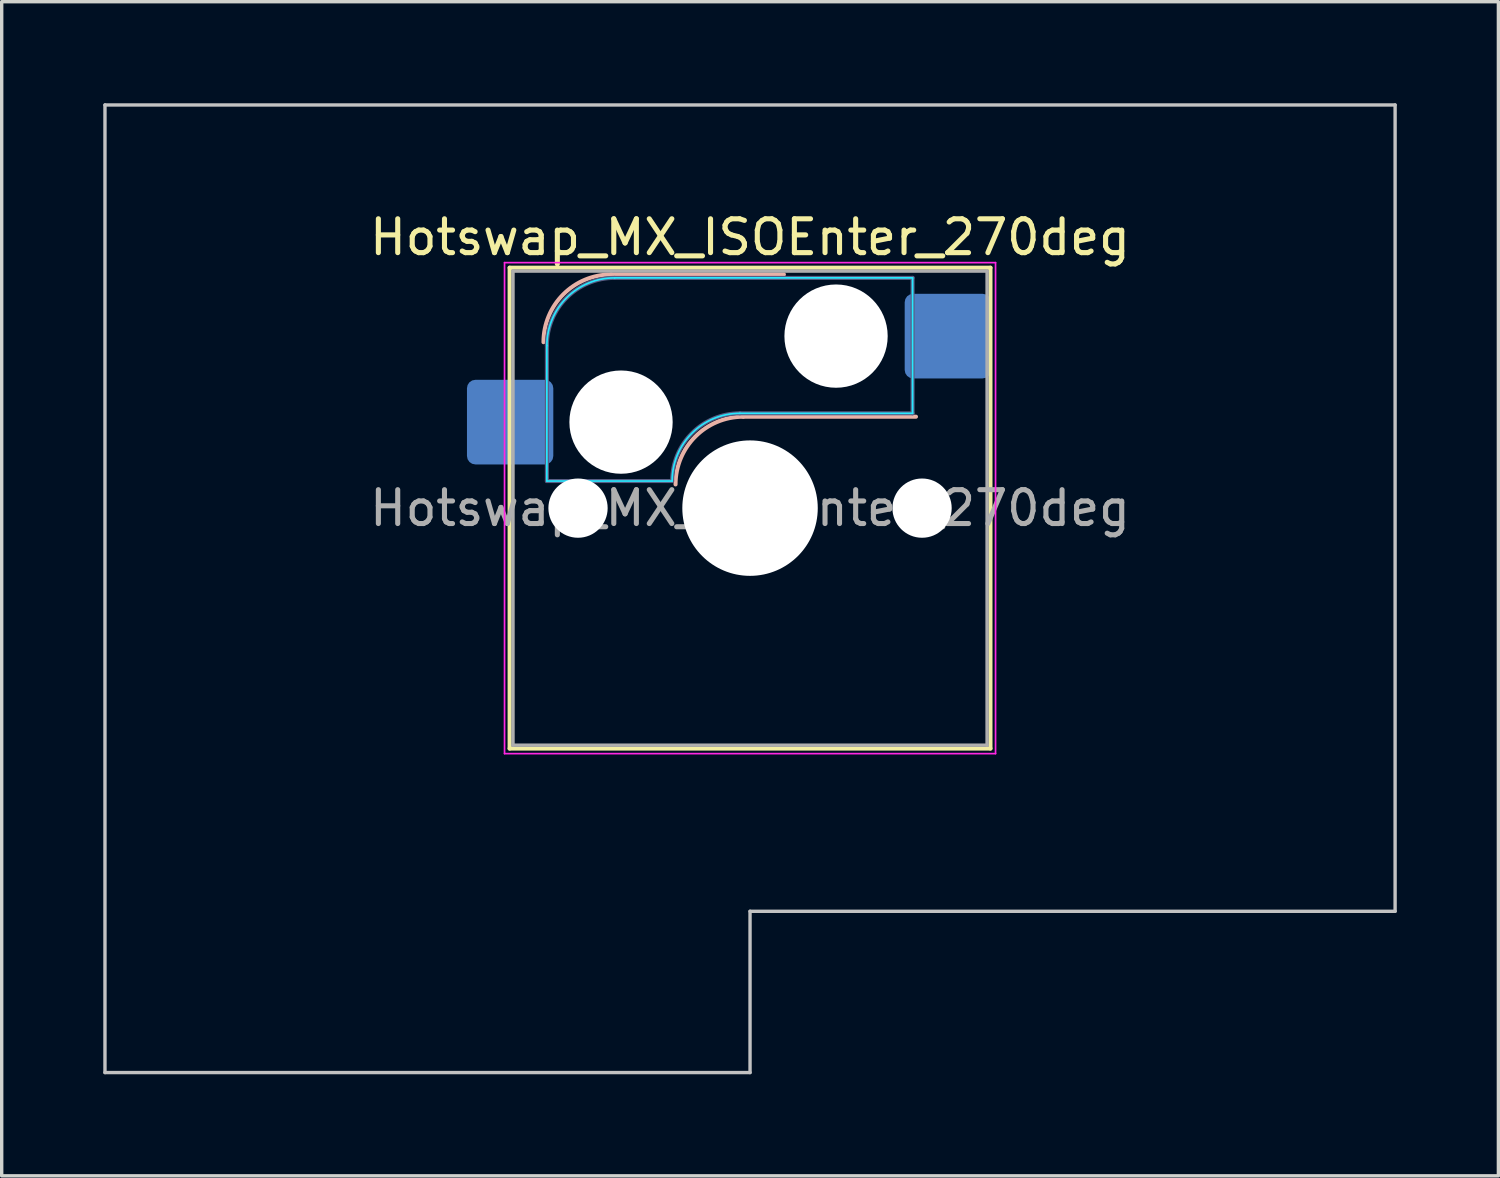
<source format=kicad_pcb>
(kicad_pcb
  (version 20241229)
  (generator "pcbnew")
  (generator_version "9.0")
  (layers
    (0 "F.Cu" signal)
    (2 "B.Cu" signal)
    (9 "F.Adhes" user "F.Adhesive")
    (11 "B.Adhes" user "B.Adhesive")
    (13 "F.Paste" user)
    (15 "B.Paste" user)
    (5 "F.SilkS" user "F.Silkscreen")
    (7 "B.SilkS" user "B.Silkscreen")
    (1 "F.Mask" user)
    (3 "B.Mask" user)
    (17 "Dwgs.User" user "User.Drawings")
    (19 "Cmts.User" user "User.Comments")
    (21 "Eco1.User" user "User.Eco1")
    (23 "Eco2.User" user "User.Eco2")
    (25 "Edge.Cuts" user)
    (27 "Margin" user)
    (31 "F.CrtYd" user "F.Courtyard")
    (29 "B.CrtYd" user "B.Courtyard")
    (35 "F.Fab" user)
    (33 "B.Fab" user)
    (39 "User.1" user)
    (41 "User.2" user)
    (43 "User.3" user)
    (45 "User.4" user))
  (footprint "Hotswap_MX_ISOEnter_270deg"
    (layer "F.Cu")
    (at 19.1 11.956)
    (property "Reference" "Hotswap_MX_ISOEnter_270deg" (at 0 -8 0) (layer "F.SilkS") (effects (font (size 1 1) (thickness 0.15))))
    (attr smd)
    (fp_line (start -7.1 -7.1) (end -7.1 7.1) (stroke (width 0.12) (type solid)) (layer "F.SilkS"))
    (fp_line (start -7.1 7.1) (end 7.1 7.1) (stroke (width 0.12) (type solid)) (layer "F.SilkS"))
    (fp_line (start 7.1 -7.1) (end -7.1 -7.1) (stroke (width 0.12) (type solid)) (layer "F.SilkS"))
    (fp_line (start 7.1 7.1) (end 7.1 -7.1) (stroke (width 0.12) (type solid)) (layer "F.SilkS"))
    (fp_line (start -4.1 -6.9) (end 1 -6.9) (stroke (width 0.12) (type solid)) (layer "B.SilkS"))
    (fp_line (start -0.2 -2.7) (end 4.9 -2.7) (stroke (width 0.12) (type solid)) (layer "B.SilkS"))
    (fp_arc (start -6.1 -4.9) (mid -5.514214 -6.314214) (end -4.1 -6.9) (stroke (width 0.12) (type solid)) (layer "B.SilkS"))
    (fp_arc (start -2.2 -0.7) (mid -1.614214 -2.114214) (end -0.2 -2.7) (stroke (width 0.12) (type solid)) (layer "B.SilkS"))
    (fp_line (start -19.05 -11.906) (end -19.05 16.669) (stroke (width 0.1) (type solid)) (layer "Dwgs.User"))
    (fp_line (start -19.05 16.669) (end 0 16.669) (stroke (width 0.1) (type solid)) (layer "Dwgs.User"))
    (fp_line (start 0 11.906) (end 19.05 11.906) (stroke (width 0.1) (type solid)) (layer "Dwgs.User"))
    (fp_line (start 0 16.669) (end 0 11.906) (stroke (width 0.1) (type solid)) (layer "Dwgs.User"))
    (fp_line (start 19.05 -11.906) (end -19.05 -11.906) (stroke (width 0.1) (type solid)) (layer "Dwgs.User"))
    (fp_line (start 19.05 11.906) (end 19.05 -11.906) (stroke (width 0.1) (type solid)) (layer "Dwgs.User"))
    (fp_line (start -7.8 -6) (end -7 -6) (stroke (width 0.1) (type solid)) (layer "Eco1.User"))
    (fp_line (start -7.8 -2.9) (end -7.8 -6) (stroke (width 0.1) (type solid)) (layer "Eco1.User"))
    (fp_line (start -7.8 2.9) (end -7 2.9) (stroke (width 0.1) (type solid)) (layer "Eco1.User"))
    (fp_line (start -7.8 6) (end -7.8 2.9) (stroke (width 0.1) (type solid)) (layer "Eco1.User"))
    (fp_line (start -7 -7) (end 7 -7) (stroke (width 0.1) (type solid)) (layer "Eco1.User"))
    (fp_line (start -7 -6) (end -7 -7) (stroke (width 0.1) (type solid)) (layer "Eco1.User"))
    (fp_line (start -7 -2.9) (end -7.8 -2.9) (stroke (width 0.1) (type solid)) (layer "Eco1.User"))
    (fp_line (start -7 2.9) (end -7 -2.9) (stroke (width 0.1) (type solid)) (layer "Eco1.User"))
    (fp_line (start -7 6) (end -7.8 6) (stroke (width 0.1) (type solid)) (layer "Eco1.User"))
    (fp_line (start -7 7) (end -7 6) (stroke (width 0.1) (type solid)) (layer "Eco1.User"))
    (fp_line (start 7 -7) (end 7 -6) (stroke (width 0.1) (type solid)) (layer "Eco1.User"))
    (fp_line (start 7 -6) (end 7.8 -6) (stroke (width 0.1) (type solid)) (layer "Eco1.User"))
    (fp_line (start 7 -2.9) (end 7 2.9) (stroke (width 0.1) (type solid)) (layer "Eco1.User"))
    (fp_line (start 7 2.9) (end 7.8 2.9) (stroke (width 0.1) (type solid)) (layer "Eco1.User"))
    (fp_line (start 7 6) (end 7 7) (stroke (width 0.1) (type solid)) (layer "Eco1.User"))
    (fp_line (start 7 7) (end -7 7) (stroke (width 0.1) (type solid)) (layer "Eco1.User"))
    (fp_line (start 7.8 -6) (end 7.8 -2.9) (stroke (width 0.1) (type solid)) (layer "Eco1.User"))
    (fp_line (start 7.8 -2.9) (end 7 -2.9) (stroke (width 0.1) (type solid)) (layer "Eco1.User"))
    (fp_line (start 7.8 2.9) (end 7.8 6) (stroke (width 0.1) (type solid)) (layer "Eco1.User"))
    (fp_line (start 7.8 6) (end 7 6) (stroke (width 0.1) (type solid)) (layer "Eco1.User"))
    (fp_line (start -6 -0.8) (end -6 -4.8) (stroke (width 0.05) (type solid)) (layer "B.CrtYd"))
    (fp_line (start -6 -0.8) (end -2.3 -0.8) (stroke (width 0.05) (type solid)) (layer "B.CrtYd"))
    (fp_line (start -4 -6.8) (end 4.8 -6.8) (stroke (width 0.05) (type solid)) (layer "B.CrtYd"))
    (fp_line (start -0.3 -2.8) (end 4.8 -2.8) (stroke (width 0.05) (type solid)) (layer "B.CrtYd"))
    (fp_line (start 4.8 -6.8) (end 4.8 -2.8) (stroke (width 0.05) (type solid)) (layer "B.CrtYd"))
    (fp_arc (start -6 -4.8) (mid -5.414214 -6.214214) (end -4 -6.8) (stroke (width 0.05) (type solid)) (layer "B.CrtYd"))
    (fp_arc (start -2.3 -0.8) (mid -1.714214 -2.214214) (end -0.3 -2.8) (stroke (width 0.05) (type solid)) (layer "B.CrtYd"))
    (fp_line (start -7.25 -7.25) (end -7.25 7.25) (stroke (width 0.05) (type solid)) (layer "F.CrtYd"))
    (fp_line (start -7.25 7.25) (end 7.25 7.25) (stroke (width 0.05) (type solid)) (layer "F.CrtYd"))
    (fp_line (start 7.25 -7.25) (end -7.25 -7.25) (stroke (width 0.05) (type solid)) (layer "F.CrtYd"))
    (fp_line (start 7.25 7.25) (end 7.25 -7.25) (stroke (width 0.05) (type solid)) (layer "F.CrtYd"))
    (fp_line (start -6 -0.8) (end -6 -4.8) (stroke (width 0.12) (type solid)) (layer "B.Fab"))
    (fp_line (start -6 -0.8) (end -2.3 -0.8) (stroke (width 0.12) (type solid)) (layer "B.Fab"))
    (fp_line (start -4 -6.8) (end 4.8 -6.8) (stroke (width 0.12) (type solid)) (layer "B.Fab"))
    (fp_line (start -0.3 -2.8) (end 4.8 -2.8) (stroke (width 0.12) (type solid)) (layer "B.Fab"))
    (fp_line (start 4.8 -6.8) (end 4.8 -2.8) (stroke (width 0.12) (type solid)) (layer "B.Fab"))
    (fp_arc (start -6 -4.8) (mid -5.414214 -6.214214) (end -4 -6.8) (stroke (width 0.12) (type solid)) (layer "B.Fab"))
    (fp_arc (start -2.3 -0.8) (mid -1.714214 -2.214214) (end -0.3 -2.8) (stroke (width 0.12) (type solid)) (layer "B.Fab"))
    (fp_line (start -7 -7) (end -7 7) (stroke (width 0.1) (type solid)) (layer "F.Fab"))
    (fp_line (start -7 7) (end 7 7) (stroke (width 0.1) (type solid)) (layer "F.Fab"))
    (fp_line (start 7 -7) (end -7 -7) (stroke (width 0.1) (type solid)) (layer "F.Fab"))
    (fp_line (start 7 7) (end 7 -7) (stroke (width 0.1) (type solid)) (layer "F.Fab"))
    (fp_text user "${REFERENCE}" (at 0 0 0) (layer "F.Fab") (effects (font (size 1 1) (thickness 0.15))))
    (pad "" np_thru_hole circle (at -5.08 0) (size 1.75 1.75) (drill 1.75) (layers "*.Cu" "*.Mask"))
    (pad "" np_thru_hole circle (at -3.81 -2.54) (size 3.05 3.05) (drill 3.05) (layers "*.Cu" "*.Mask"))
    (pad "" np_thru_hole circle (at 0 0) (size 4 4) (drill 4) (layers "*.Cu" "*.Mask"))
    (pad "" np_thru_hole circle (at 2.54 -5.08) (size 3.05 3.05) (drill 3.05) (layers "*.Cu" "*.Mask"))
    (pad "" np_thru_hole circle (at 5.08 0) (size 1.75 1.75) (drill 1.75) (layers "*.Cu" "*.Mask"))
    (pad "1" smd roundrect (at -7.085 -2.54) (size 2.55 2.5) (layers "B.Cu" "B.Mask" "B.Paste") (roundrect_rratio 0.1))
    (pad "2" smd roundrect (at 5.842 -5.08) (size 2.55 2.5) (layers "B.Cu" "B.Mask" "B.Paste") (roundrect_rratio 0.1)))
  (gr_rect
    (start -3 -3)
    (end 41.2 31.675)
    (stroke (width 0.1) (type default))
    (fill no)
    (layer "Edge.Cuts")))
</source>
